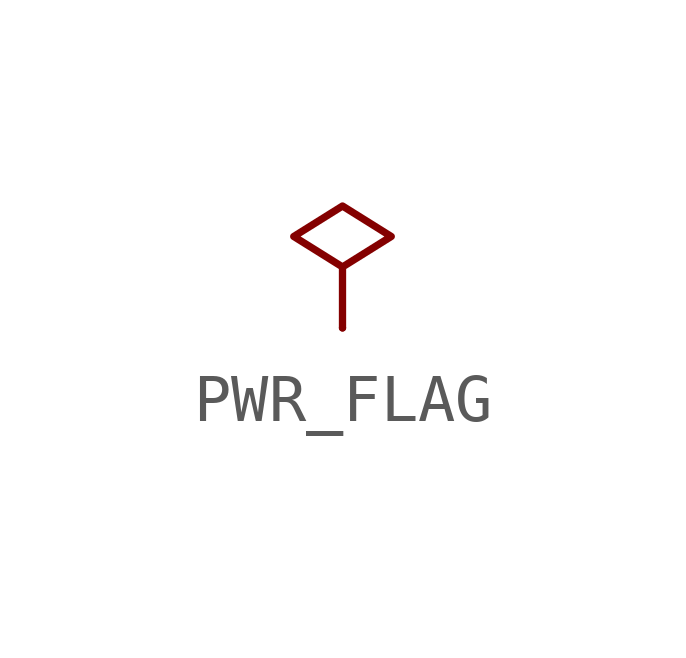
<source format=kicad_sym>
(kicad_symbol_lib
  (version 20231120)
  (generator "kicad_symbol_editor")
  (generator_version "8.0")
  (symbol "PWR_FLAG"
    (power)
    (pin_numbers hide)
    (pin_names
      (offset 0) hide)
    (property "Reference" "#FLG"
      (at 0 1.905 0)
      (effects (font (size 1.27 1.27)) (hide yes)))
    (symbol "PWR_FLAG_0_0"
      (pin power_out line (at 0 0 90) (length 0) (name "~" (effects (font (size 1.27 1.27)))) (number "1" (effects (font (size 1.27 1.27))))))
    (symbol "PWR_FLAG_0_1"
      (polyline (pts (xy 0 0) (xy 0 1.27) (xy -1.016 1.905) (xy 0 2.54) (xy 1.016 1.905) (xy 0 1.27)) (stroke (width 0) (type default)) (fill (type none))))))
</source>
